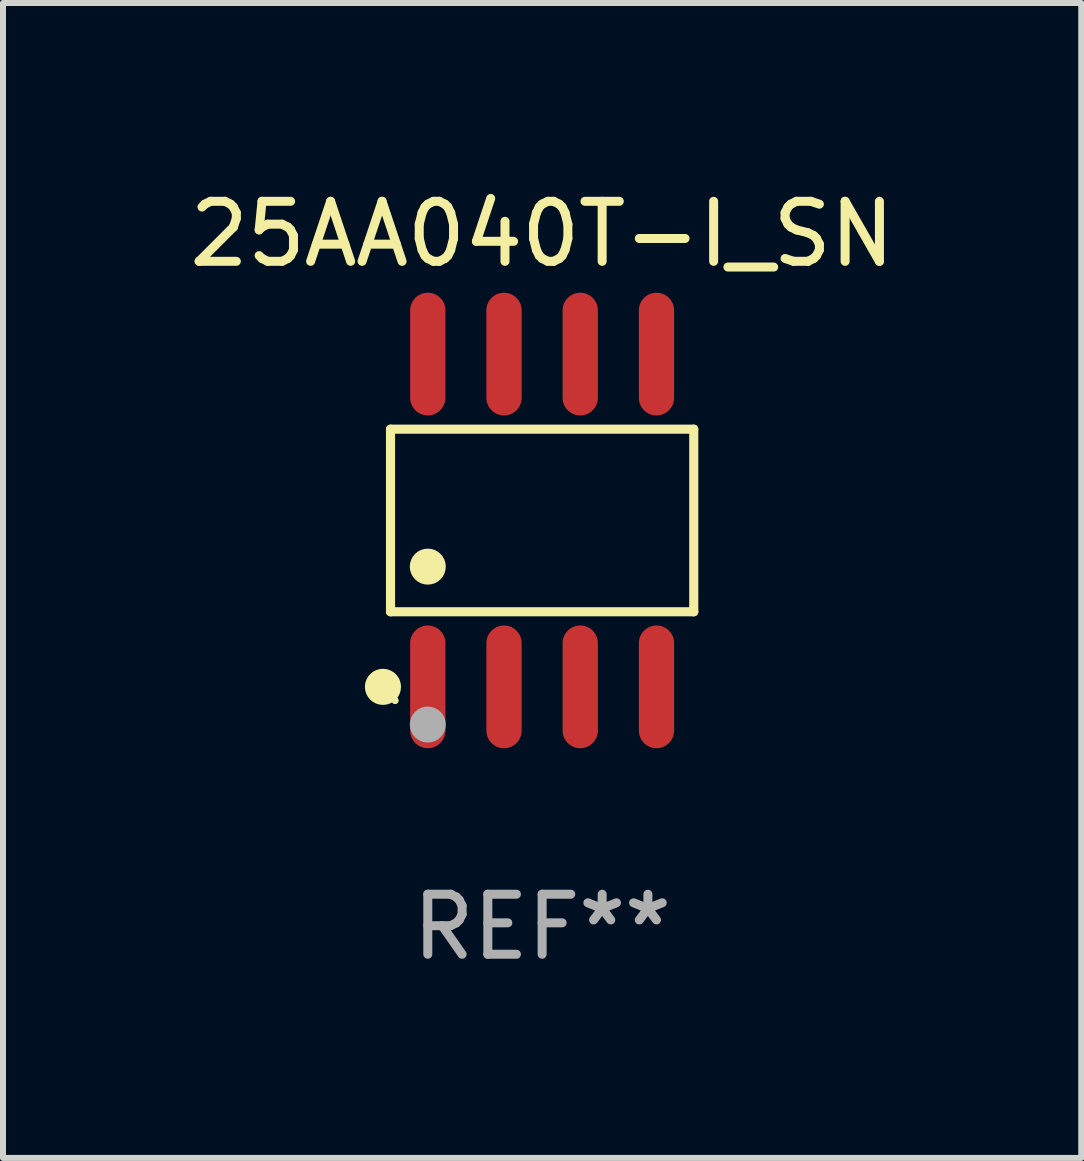
<source format=kicad_pcb>
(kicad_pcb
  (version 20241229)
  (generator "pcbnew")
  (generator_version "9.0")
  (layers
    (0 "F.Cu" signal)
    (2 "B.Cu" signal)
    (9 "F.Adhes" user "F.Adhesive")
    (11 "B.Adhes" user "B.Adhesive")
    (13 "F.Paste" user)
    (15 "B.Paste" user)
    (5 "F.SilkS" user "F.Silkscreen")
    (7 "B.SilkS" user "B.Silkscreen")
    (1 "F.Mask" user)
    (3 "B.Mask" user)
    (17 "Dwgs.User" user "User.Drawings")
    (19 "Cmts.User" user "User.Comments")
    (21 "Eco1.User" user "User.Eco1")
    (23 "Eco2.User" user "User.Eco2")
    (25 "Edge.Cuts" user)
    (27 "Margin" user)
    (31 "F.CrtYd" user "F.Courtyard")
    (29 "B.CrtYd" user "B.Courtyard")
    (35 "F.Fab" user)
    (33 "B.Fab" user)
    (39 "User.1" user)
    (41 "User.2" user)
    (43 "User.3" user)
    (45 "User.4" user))
  (footprint "25AA040T-I_SN"
    (layer "F.Cu")
    (at 5.982 5.621)
    (property "Reference" "25AA040T-I_SN" (at 0 -4.772 0) (layer "F.SilkS") (effects (font (size 1 1) (thickness 0.15))))
    (attr through_hole)
    (fp_line (start -2.526 -1.521) (end 2.526 -1.521) (stroke (width 0.152) (type solid)) (layer "F.SilkS"))
    (fp_line (start -2.526 1.521) (end -2.526 -1.521) (stroke (width 0.152) (type solid)) (layer "F.SilkS"))
    (fp_line (start 2.526 -1.521) (end 2.526 1.521) (stroke (width 0.152) (type solid)) (layer "F.SilkS"))
    (fp_line (start 2.526 1.521) (end -2.526 1.521) (stroke (width 0.152) (type solid)) (layer "F.SilkS"))
    (fp_circle (center -2.652 2.772) (end -2.501 2.772) (stroke (width 0.3) (type solid)) (fill no) (layer "F.SilkS"))
    (fp_circle (center -2.45 3) (end -2.42 3) (stroke (width 0.06) (type solid)) (fill no) (layer "F.SilkS"))
    (fp_circle (center -1.905 0.769) (end -1.755 0.769) (stroke (width 0.3) (type solid)) (fill no) (layer "F.SilkS"))
    (fp_circle (center -1.905 3.4) (end -1.755 3.4) (stroke (width 0.3) (type solid)) (fill no) (layer "F.Fab"))
    (fp_text user "REF**" (at 0 6.772 0) (layer "F.Fab") (effects (font (size 1 1) (thickness 0.15))))
    (pad "1" smd oval (at -1.905 2.772) (size 0.588 2.045) (layers "F.Cu" "F.Mask" "F.Paste"))
    (pad "2" smd oval (at -0.635 2.772) (size 0.588 2.045) (layers "F.Cu" "F.Mask" "F.Paste"))
    (pad "3" smd oval (at 0.635 2.772) (size 0.588 2.045) (layers "F.Cu" "F.Mask" "F.Paste"))
    (pad "4" smd oval (at 1.905 2.772) (size 0.588 2.045) (layers "F.Cu" "F.Mask" "F.Paste"))
    (pad "5" smd oval (at 1.905 -2.772) (size 0.588 2.045) (layers "F.Cu" "F.Mask" "F.Paste"))
    (pad "6" smd oval (at 0.635 -2.772) (size 0.588 2.045) (layers "F.Cu" "F.Mask" "F.Paste"))
    (pad "7" smd oval (at -0.635 -2.772) (size 0.588 2.045) (layers "F.Cu" "F.Mask" "F.Paste"))
    (pad "8" smd oval (at -1.905 -2.772) (size 0.588 2.045) (layers "F.Cu" "F.Mask" "F.Paste")))
  (gr_rect
    (start -3 -3)
    (end 14.964 16.241)
    (stroke (width 0.1) (type default))
    (fill no)
    (layer "Edge.Cuts")))
</source>
